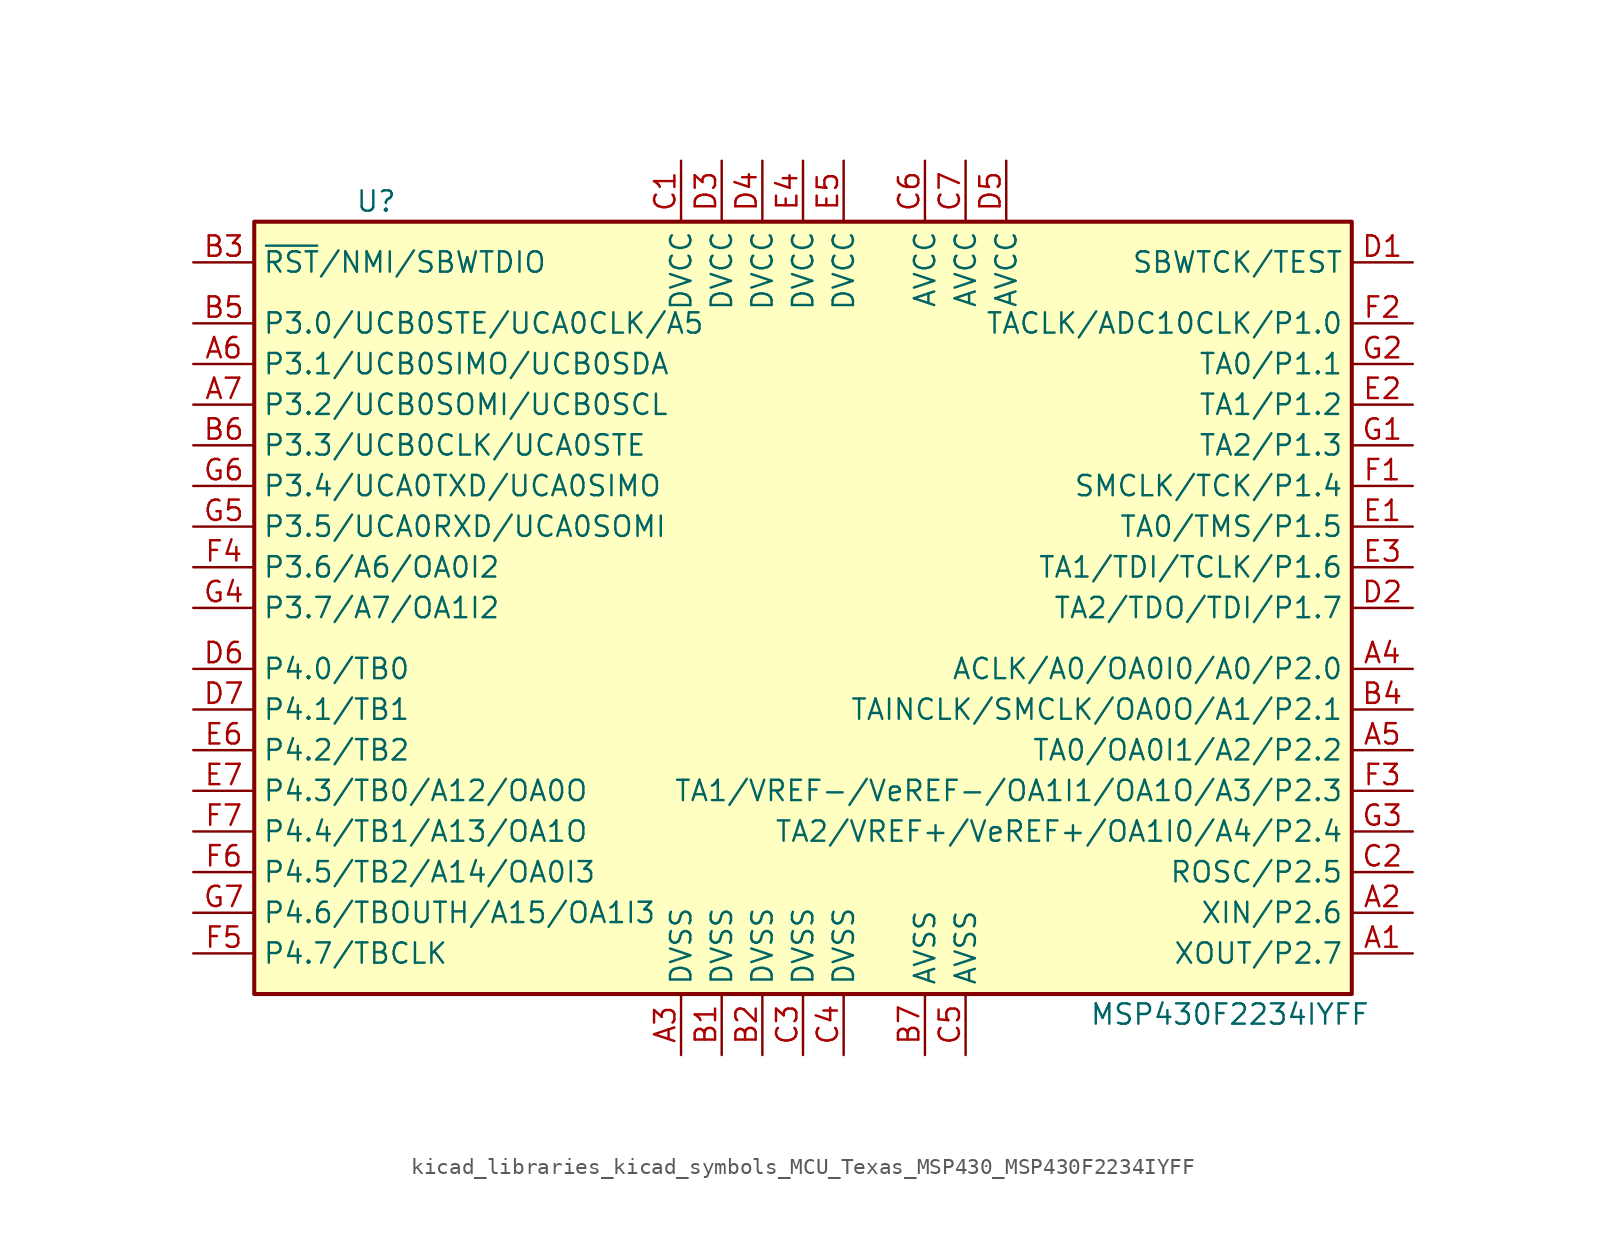
<source format=kicad_sym>
(kicad_symbol_lib
  (version 20220914)
  (generator kicad_symbol_editor)
  (symbol "kicad_libraries_kicad_symbols_MCU_Texas_MSP430_MSP430F2234IYFF"
    (property "Reference" "U"
      (at -26.67 25.4 0)
      (effects (font (size 1.27 1.27))))
    (property "Value" "MSP430F2234IYFF"
      (at 26.67 -25.4 0)
      (effects (font (size 1.27 1.27))))
    (symbol "kicad_libraries_kicad_symbols_MCU_Texas_MSP430_MSP430F2234IYFF_0_1"
      (rectangle (start -34.29 24.13) (end 34.29 -24.13) (stroke (width 0.254) (type default)) (fill (type background))))
    (symbol "kicad_libraries_kicad_symbols_MCU_Texas_MSP430_MSP430F2234IYFF_1_1"
      (pin bidirectional line (at 38.1 -21.59 180) (length 3.81) (name "XOUT/P2.7" (effects (font (size 1.27 1.27)))) (number "A1" (effects (font (size 1.27 1.27)))))
      (pin bidirectional line (at 38.1 -19.05 180) (length 3.81) (name "XIN/P2.6" (effects (font (size 1.27 1.27)))) (number "A2" (effects (font (size 1.27 1.27)))))
      (pin power_in line (at -7.62 -27.94 90) (length 3.81) (name "DVSS" (effects (font (size 1.27 1.27)))) (number "A3" (effects (font (size 1.27 1.27)))))
      (pin bidirectional line (at 38.1 -3.81 180) (length 3.81) (name "ACLK/A0/OA0I0/A0/P2.0" (effects (font (size 1.27 1.27)))) (number "A4" (effects (font (size 1.27 1.27)))))
      (pin bidirectional line (at 38.1 -8.89 180) (length 3.81) (name "TA0/OA0I1/A2/P2.2" (effects (font (size 1.27 1.27)))) (number "A5" (effects (font (size 1.27 1.27)))))
      (pin bidirectional line (at -38.1 15.24 0) (length 3.81) (name "P3.1/UCB0SIMO/UCB0SDA" (effects (font (size 1.27 1.27)))) (number "A6" (effects (font (size 1.27 1.27)))))
      (pin bidirectional line (at -38.1 12.7 0) (length 3.81) (name "P3.2/UCB0SOMI/UCB0SCL" (effects (font (size 1.27 1.27)))) (number "A7" (effects (font (size 1.27 1.27)))))
      (pin power_in line (at -5.08 -27.94 90) (length 3.81) (name "DVSS" (effects (font (size 1.27 1.27)))) (number "B1" (effects (font (size 1.27 1.27)))))
      (pin power_in line (at -2.54 -27.94 90) (length 3.81) (name "DVSS" (effects (font (size 1.27 1.27)))) (number "B2" (effects (font (size 1.27 1.27)))))
      (pin input line (at -38.1 21.59 0) (length 3.81) (name "~{RST}/NMI/SBWTDIO" (effects (font (size 1.27 1.27)))) (number "B3" (effects (font (size 1.27 1.27)))))
      (pin bidirectional line (at 38.1 -6.35 180) (length 3.81) (name "TAINCLK/SMCLK/OA0O/A1/P2.1" (effects (font (size 1.27 1.27)))) (number "B4" (effects (font (size 1.27 1.27)))))
      (pin bidirectional line (at -38.1 17.78 0) (length 3.81) (name "P3.0/UCB0STE/UCA0CLK/A5" (effects (font (size 1.27 1.27)))) (number "B5" (effects (font (size 1.27 1.27)))))
      (pin bidirectional line (at -38.1 10.16 0) (length 3.81) (name "P3.3/UCB0CLK/UCA0STE" (effects (font (size 1.27 1.27)))) (number "B6" (effects (font (size 1.27 1.27)))))
      (pin power_in line (at 7.62 -27.94 90) (length 3.81) (name "AVSS" (effects (font (size 1.27 1.27)))) (number "B7" (effects (font (size 1.27 1.27)))))
      (pin power_in line (at -7.62 27.94 270) (length 3.81) (name "DVCC" (effects (font (size 1.27 1.27)))) (number "C1" (effects (font (size 1.27 1.27)))))
      (pin bidirectional line (at 38.1 -16.51 180) (length 3.81) (name "ROSC/P2.5" (effects (font (size 1.27 1.27)))) (number "C2" (effects (font (size 1.27 1.27)))))
      (pin power_in line (at 0 -27.94 90) (length 3.81) (name "DVSS" (effects (font (size 1.27 1.27)))) (number "C3" (effects (font (size 1.27 1.27)))))
      (pin power_in line (at 2.54 -27.94 90) (length 3.81) (name "DVSS" (effects (font (size 1.27 1.27)))) (number "C4" (effects (font (size 1.27 1.27)))))
      (pin power_in line (at 10.16 -27.94 90) (length 3.81) (name "AVSS" (effects (font (size 1.27 1.27)))) (number "C5" (effects (font (size 1.27 1.27)))))
      (pin power_in line (at 7.62 27.94 270) (length 3.81) (name "AVCC" (effects (font (size 1.27 1.27)))) (number "C6" (effects (font (size 1.27 1.27)))))
      (pin power_in line (at 10.16 27.94 270) (length 3.81) (name "AVCC" (effects (font (size 1.27 1.27)))) (number "C7" (effects (font (size 1.27 1.27)))))
      (pin input line (at 38.1 21.59 180) (length 3.81) (name "SBWTCK/TEST" (effects (font (size 1.27 1.27)))) (number "D1" (effects (font (size 1.27 1.27)))))
      (pin bidirectional line (at 38.1 0 180) (length 3.81) (name "TA2/TDO/TDI/P1.7" (effects (font (size 1.27 1.27)))) (number "D2" (effects (font (size 1.27 1.27)))))
      (pin power_in line (at -5.08 27.94 270) (length 3.81) (name "DVCC" (effects (font (size 1.27 1.27)))) (number "D3" (effects (font (size 1.27 1.27)))))
      (pin power_in line (at -2.54 27.94 270) (length 3.81) (name "DVCC" (effects (font (size 1.27 1.27)))) (number "D4" (effects (font (size 1.27 1.27)))))
      (pin power_in line (at 12.7 27.94 270) (length 3.81) (name "AVCC" (effects (font (size 1.27 1.27)))) (number "D5" (effects (font (size 1.27 1.27)))))
      (pin bidirectional line (at -38.1 -3.81 0) (length 3.81) (name "P4.0/TB0" (effects (font (size 1.27 1.27)))) (number "D6" (effects (font (size 1.27 1.27)))))
      (pin bidirectional line (at -38.1 -6.35 0) (length 3.81) (name "P4.1/TB1" (effects (font (size 1.27 1.27)))) (number "D7" (effects (font (size 1.27 1.27)))))
      (pin bidirectional line (at 38.1 5.08 180) (length 3.81) (name "TA0/TMS/P1.5" (effects (font (size 1.27 1.27)))) (number "E1" (effects (font (size 1.27 1.27)))))
      (pin bidirectional line (at 38.1 12.7 180) (length 3.81) (name "TA1/P1.2" (effects (font (size 1.27 1.27)))) (number "E2" (effects (font (size 1.27 1.27)))))
      (pin bidirectional line (at 38.1 2.54 180) (length 3.81) (name "TA1/TDI/TCLK/P1.6" (effects (font (size 1.27 1.27)))) (number "E3" (effects (font (size 1.27 1.27)))))
      (pin power_in line (at 0 27.94 270) (length 3.81) (name "DVCC" (effects (font (size 1.27 1.27)))) (number "E4" (effects (font (size 1.27 1.27)))))
      (pin power_in line (at 2.54 27.94 270) (length 3.81) (name "DVCC" (effects (font (size 1.27 1.27)))) (number "E5" (effects (font (size 1.27 1.27)))))
      (pin bidirectional line (at -38.1 -8.89 0) (length 3.81) (name "P4.2/TB2" (effects (font (size 1.27 1.27)))) (number "E6" (effects (font (size 1.27 1.27)))))
      (pin bidirectional line (at -38.1 -11.43 0) (length 3.81) (name "P4.3/TB0/A12/OA0O" (effects (font (size 1.27 1.27)))) (number "E7" (effects (font (size 1.27 1.27)))))
      (pin bidirectional line (at 38.1 7.62 180) (length 3.81) (name "SMCLK/TCK/P1.4" (effects (font (size 1.27 1.27)))) (number "F1" (effects (font (size 1.27 1.27)))))
      (pin bidirectional line (at 38.1 17.78 180) (length 3.81) (name "TACLK/ADC10CLK/P1.0" (effects (font (size 1.27 1.27)))) (number "F2" (effects (font (size 1.27 1.27)))))
      (pin bidirectional line (at 38.1 -11.43 180) (length 3.81) (name "TA1/VREF-/VeREF-/OA1I1/OA1O/A3/P2.3" (effects (font (size 1.27 1.27)))) (number "F3" (effects (font (size 1.27 1.27)))))
      (pin bidirectional line (at -38.1 2.54 0) (length 3.81) (name "P3.6/A6/OA0I2" (effects (font (size 1.27 1.27)))) (number "F4" (effects (font (size 1.27 1.27)))))
      (pin bidirectional line (at -38.1 -21.59 0) (length 3.81) (name "P4.7/TBCLK" (effects (font (size 1.27 1.27)))) (number "F5" (effects (font (size 1.27 1.27)))))
      (pin bidirectional line (at -38.1 -16.51 0) (length 3.81) (name "P4.5/TB2/A14/OA0I3" (effects (font (size 1.27 1.27)))) (number "F6" (effects (font (size 1.27 1.27)))))
      (pin bidirectional line (at -38.1 -13.97 0) (length 3.81) (name "P4.4/TB1/A13/OA1O" (effects (font (size 1.27 1.27)))) (number "F7" (effects (font (size 1.27 1.27)))))
      (pin bidirectional line (at 38.1 10.16 180) (length 3.81) (name "TA2/P1.3" (effects (font (size 1.27 1.27)))) (number "G1" (effects (font (size 1.27 1.27)))))
      (pin bidirectional line (at 38.1 15.24 180) (length 3.81) (name "TA0/P1.1" (effects (font (size 1.27 1.27)))) (number "G2" (effects (font (size 1.27 1.27)))))
      (pin bidirectional line (at 38.1 -13.97 180) (length 3.81) (name "TA2/VREF+/VeREF+/OA1I0/A4/P2.4" (effects (font (size 1.27 1.27)))) (number "G3" (effects (font (size 1.27 1.27)))))
      (pin bidirectional line (at -38.1 0 0) (length 3.81) (name "P3.7/A7/OA1I2" (effects (font (size 1.27 1.27)))) (number "G4" (effects (font (size 1.27 1.27)))))
      (pin bidirectional line (at -38.1 5.08 0) (length 3.81) (name "P3.5/UCA0RXD/UCA0SOMI" (effects (font (size 1.27 1.27)))) (number "G5" (effects (font (size 1.27 1.27)))))
      (pin bidirectional line (at -38.1 7.62 0) (length 3.81) (name "P3.4/UCA0TXD/UCA0SIMO" (effects (font (size 1.27 1.27)))) (number "G6" (effects (font (size 1.27 1.27)))))
      (pin bidirectional line (at -38.1 -19.05 0) (length 3.81) (name "P4.6/TBOUTH/A15/OA1I3" (effects (font (size 1.27 1.27)))) (number "G7" (effects (font (size 1.27 1.27))))))))
</source>
